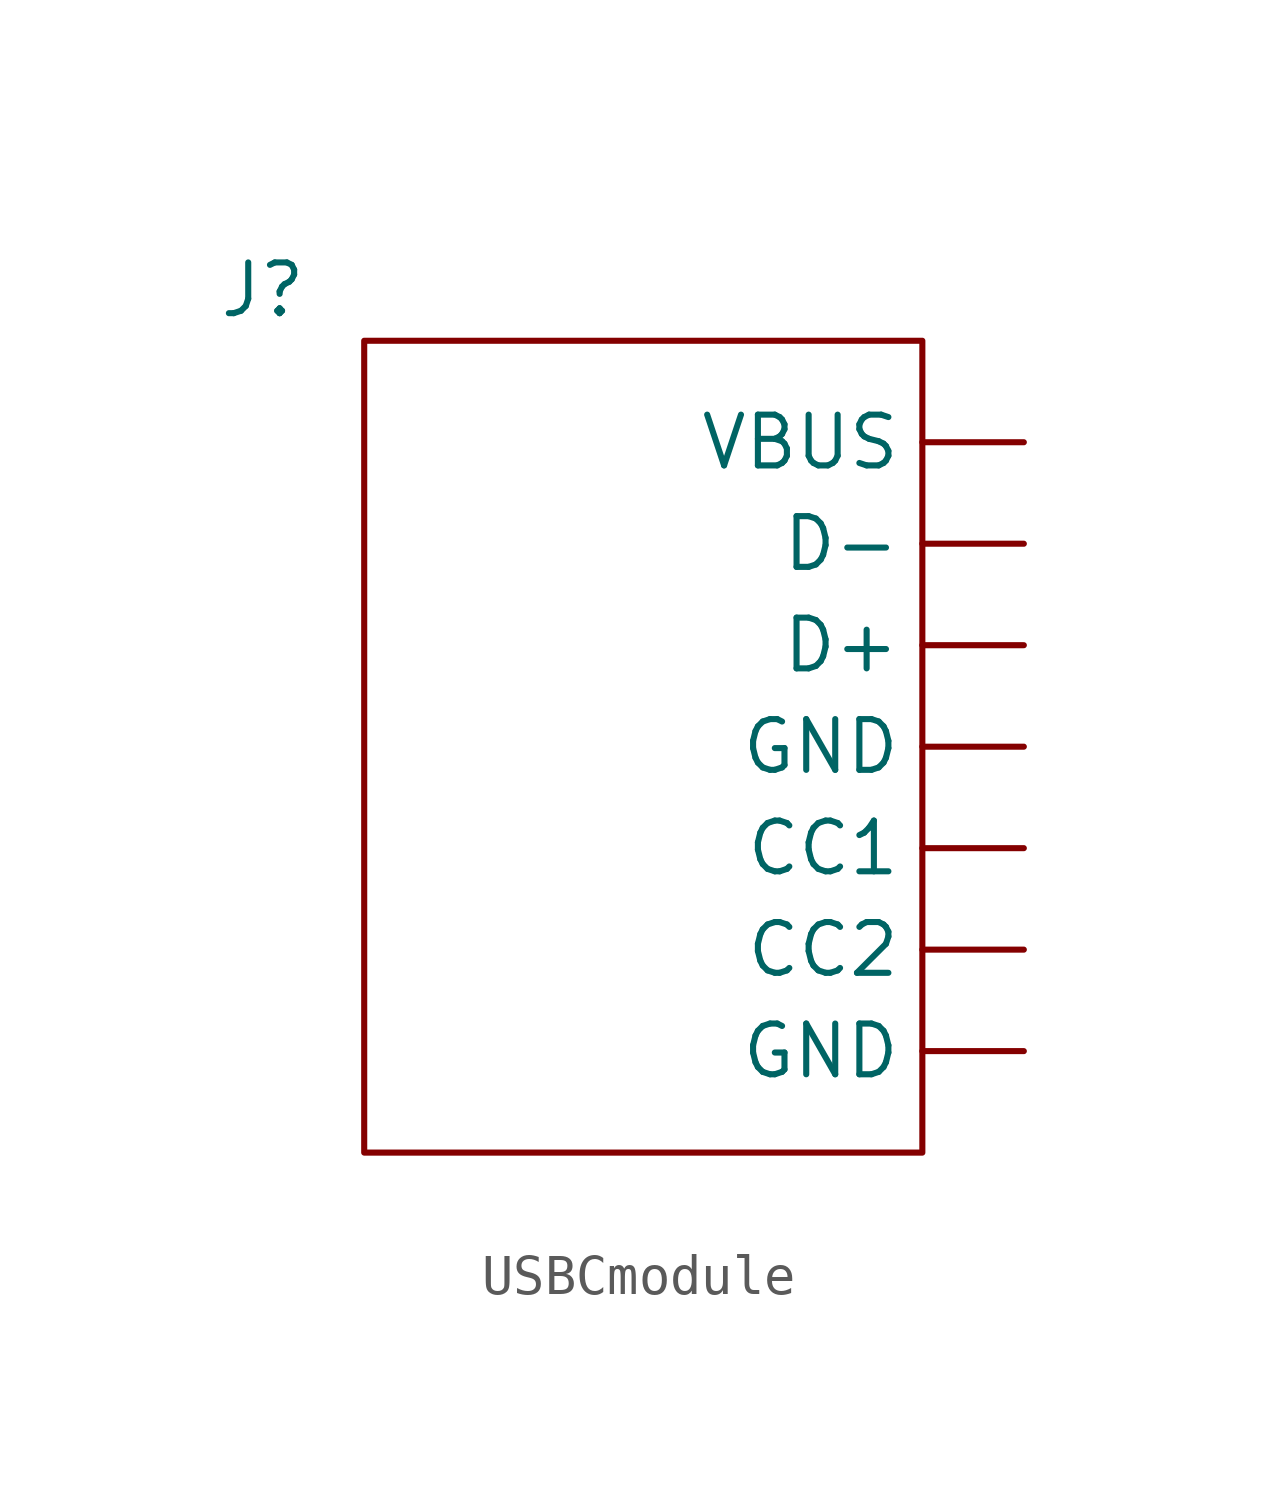
<source format=kicad_sym>
(kicad_symbol_lib
  (version 20231120)
  (generator "kicad_symbol_editor")
  (generator_version "8.0")
  (symbol "USBCmodule"
    (property "Reference" "J"
      (at 0 0 0)
      (effects (font (size 1.27 1.27))))
    (property "Value" ""
      (at 0 0 0)
      (effects (font (size 1.27 1.27))))
    (symbol "USBCmodule_0_1"
      (rectangle (start 2.54 -1.27) (end 16.51 -21.59) (stroke (width 0) (type default)) (fill (type none))))
    (symbol "USBCmodule_1_1"
      (pin output line (at 19.05 -13.97 180) (length 2.54) (name "CC1" (effects (font (size 1.27 1.27)))) (number "" (effects (font (size 1.27 1.27)))))
      (pin output line (at 19.05 -16.51 180) (length 2.54) (name "CC2" (effects (font (size 1.27 1.27)))) (number "" (effects (font (size 1.27 1.27)))))
      (pin output line (at 19.05 -8.89 180) (length 2.54) (name "D+" (effects (font (size 1.27 1.27)))) (number "" (effects (font (size 1.27 1.27)))))
      (pin output line (at 19.05 -6.35 180) (length 2.54) (name "D-" (effects (font (size 1.27 1.27)))) (number "" (effects (font (size 1.27 1.27)))))
      (pin output line (at 19.05 -19.05 180) (length 2.54) (name "GND" (effects (font (size 1.27 1.27)))) (number "" (effects (font (size 1.27 1.27)))))
      (pin output line (at 19.05 -11.43 180) (length 2.54) (name "GND" (effects (font (size 1.27 1.27)))) (number "" (effects (font (size 1.27 1.27)))))
      (pin output line (at 19.05 -3.81 180) (length 2.54) (name "VBUS" (effects (font (size 1.27 1.27)))) (number "" (effects (font (size 1.27 1.27))))))))
</source>
